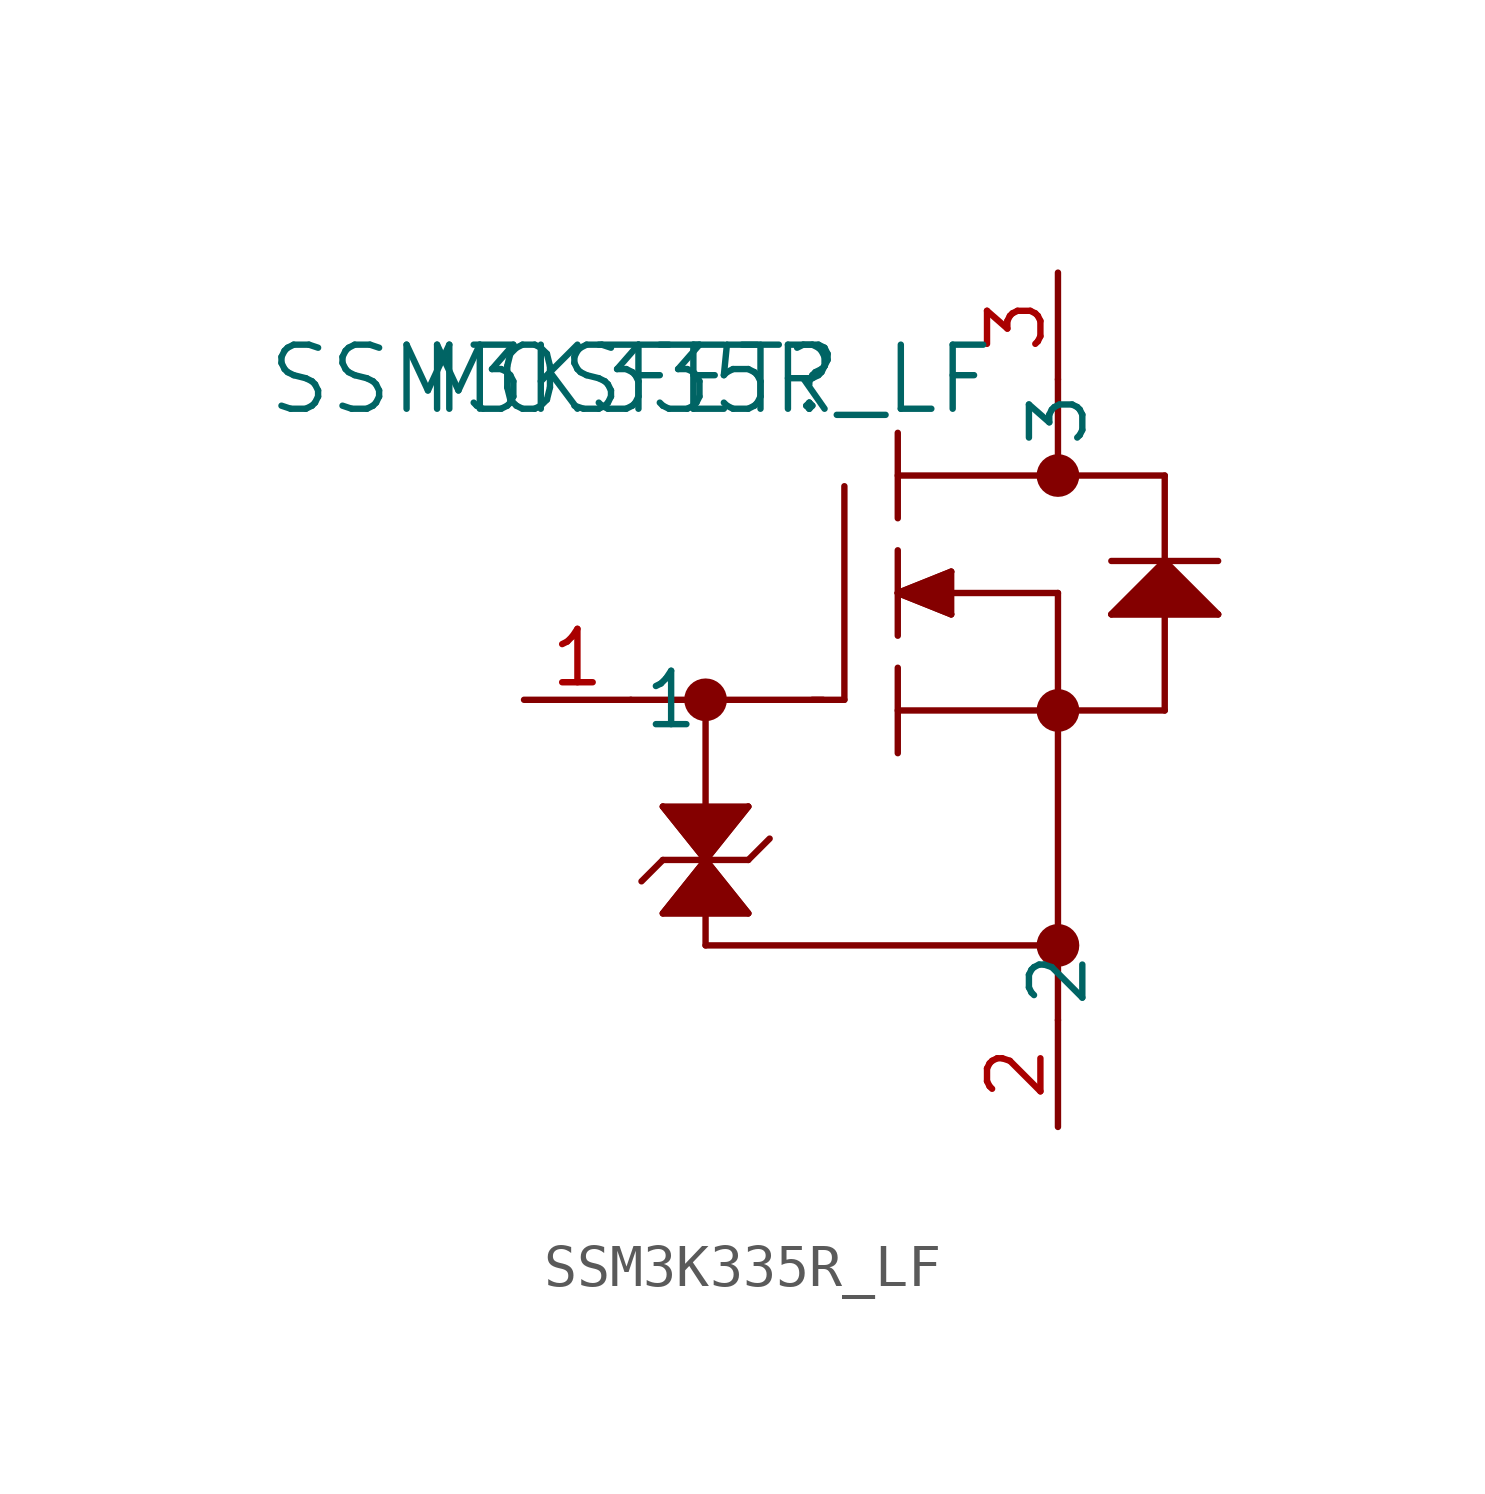
<source format=kicad_sym>
(kicad_symbol_lib
  (version 20211014)
  (generator kicad_symbol_editor)
  (symbol "SSM3K335R_LF"
    (pin_names
      (offset 0.254))
    (property "Reference" "MOSFET"
      (at 0 0 0)
      (effects (font (size 1.524 1.524))))
    (property "Value" "SSM3K335R_LF"
      (at 0 0 0)
      (effects (font (size 1.524 1.524))))
    (symbol "SSM3K335R_LF_0_1"
      (circle (center 1.778 -7.62) (radius 0.254) (stroke (width 0.508) (type default) (color 0 0 0 0)) (fill (type none)))
      (polyline (pts (xy 5.08 -7.62) (xy 5.08 -2.54)) (stroke (width 0.152) (type default) (color 0 0 0 0)) (fill (type none)))
      (polyline (pts (xy 6.35 -6.096) (xy 6.35 -4.064)) (stroke (width 0.152) (type default) (color 0 0 0 0)) (fill (type none)))
      (polyline (pts (xy 6.35 -3.302) (xy 6.35 -1.27)) (stroke (width 0.152) (type default) (color 0 0 0 0)) (fill (type none)))
      (polyline (pts (xy 6.35 -8.89) (xy 6.35 -6.858)) (stroke (width 0.152) (type default) (color 0 0 0 0)) (fill (type none)))
      (polyline (pts (xy 6.35 -7.874) (xy 12.7 -7.874)) (stroke (width 0.152) (type default) (color 0 0 0 0)) (fill (type none)))
      (polyline (pts (xy 7.62 -5.08) (xy 10.16 -5.08)) (stroke (width 0.152) (type default) (color 0 0 0 0)) (fill (type none)))
      (polyline (pts (xy 10.16 -5.08) (xy 10.16 -15.24)) (stroke (width 0.152) (type default) (color 0 0 0 0)) (fill (type none)))
      (polyline (pts (xy 12.7 -2.286) (xy 6.35 -2.286)) (stroke (width 0.152) (type default) (color 0 0 0 0)) (fill (type none)))
      (polyline (pts (xy 10.16 0) (xy 10.16 -2.286)) (stroke (width 0.152) (type default) (color 0 0 0 0)) (fill (type none)))
      (polyline (pts (xy 11.43 -4.318) (xy 13.97 -4.318)) (stroke (width 0.152) (type default) (color 0 0 0 0)) (fill (type none)))
      (polyline (pts (xy 12.7 -4.318) (xy 12.7 -2.286)) (stroke (width 0.152) (type default) (color 0 0 0 0)) (fill (type none)))
      (polyline (pts (xy 12.7 -7.874) (xy 12.7 -5.588)) (stroke (width 0.152) (type default) (color 0 0 0 0)) (fill (type none)))
      (polyline (pts (xy 5.08 -7.62) (xy 4.318 -7.62)) (stroke (width 0.152) (type default) (color 0 0 0 0)) (fill (type none)))
      (polyline (pts (xy 0.762 -11.43) (xy 2.794 -11.43)) (stroke (width 0.152) (type default) (color 0 0 0 0)) (fill (type none)))
      (polyline (pts (xy 0.762 -11.43) (xy 0.254 -11.938)) (stroke (width 0.152) (type default) (color 0 0 0 0)) (fill (type none)))
      (polyline (pts (xy 2.794 -11.43) (xy 3.302 -10.922)) (stroke (width 0.152) (type default) (color 0 0 0 0)) (fill (type none)))
      (polyline (pts (xy 0 -7.62) (xy 4.572 -7.62)) (stroke (width 0.152) (type default) (color 0 0 0 0)) (fill (type none)))
      (polyline (pts (xy 1.778 -7.62) (xy 1.778 -10.16)) (stroke (width 0.152) (type default) (color 0 0 0 0)) (fill (type none)))
      (polyline (pts (xy 1.778 -13.462) (xy 10.16 -13.462)) (stroke (width 0.152) (type default) (color 0 0 0 0)) (fill (type none)))
      (circle (center 10.16 -2.286) (radius 0.254) (stroke (width 0.508) (type default) (color 0 0 0 0)) (fill (type none)))
      (circle (center 10.16 -7.874) (radius 0.254) (stroke (width 0.508) (type default) (color 0 0 0 0)) (fill (type none)))
      (circle (center 10.16 -13.462) (radius 0.254) (stroke (width 0.508) (type default) (color 0 0 0 0)) (fill (type none)))
      (polyline (pts (xy 0.762 -10.16) (xy 1.778 -11.43)) (stroke (width 0.152) (type default) (color 0 0 0 0)) (fill (type none)))
      (polyline (pts (xy 1.778 -11.43) (xy 0.762 -12.7)) (stroke (width 0.152) (type default) (color 0 0 0 0)) (fill (type none)))
      (polyline (pts (xy 0.762 -12.7) (xy 2.794 -12.7)) (stroke (width 0.152) (type default) (color 0 0 0 0)) (fill (type none)))
      (polyline (pts (xy 2.794 -12.7) (xy 1.778 -11.43)) (stroke (width 0.152) (type default) (color 0 0 0 0)) (fill (type none)))
      (polyline (pts (xy 1.778 -11.43) (xy 2.794 -10.16)) (stroke (width 0.152) (type default) (color 0 0 0 0)) (fill (type none)))
      (polyline (pts (xy 2.794 -10.16) (xy 0.762 -10.16)) (stroke (width 0.152) (type default) (color 0 0 0 0)) (fill (type none)))
      (polyline (pts (xy 1.778 -12.7) (xy 1.778 -13.462)) (stroke (width 0.152) (type default) (color 0 0 0 0)) (fill (type none)))
      (polyline (pts (xy 6.35 -5.08) (xy 7.62 -4.572)) (stroke (width 0.152) (type default) (color 0 0 0 0)) (fill (type none)))
      (polyline (pts (xy 7.62 -4.572) (xy 7.62 -5.588)) (stroke (width 0.152) (type default) (color 0 0 0 0)) (fill (type none)))
      (polyline (pts (xy 7.62 -5.588) (xy 6.35 -5.08)) (stroke (width 0.152) (type default) (color 0 0 0 0)) (fill (type none)))
      (polyline (pts (xy 12.7 -4.318) (xy 11.43 -5.588)) (stroke (width 0.152) (type default) (color 0 0 0 0)) (fill (type none)))
      (polyline (pts (xy 11.43 -5.588) (xy 13.97 -5.588)) (stroke (width 0.152) (type default) (color 0 0 0 0)) (fill (type none)))
      (polyline (pts (xy 13.97 -5.588) (xy 12.7 -4.318)) (stroke (width 0.152) (type default) (color 0 0 0 0)) (fill (type none)))
      (polyline (pts (xy 12.7 -4.318) (xy 11.43 -5.588) (xy 13.97 -5.588)) (stroke (width 0) (type default) (color 0 0 0 0)) (fill (type outline)))
      (polyline (pts (xy 7.62 -4.572) (xy 6.35 -5.08) (xy 7.62 -5.588)) (stroke (width 0) (type default) (color 0 0 0 0)) (fill (type outline)))
      (polyline (pts (xy 0.762 -10.16) (xy 1.778 -11.43) (xy 0.762 -12.7) (xy 2.794 -12.7) (xy 1.778 -11.43) (xy 2.794 -10.16)) (stroke (width 0) (type default) (color 0 0 0 0)) (fill (type outline)))
      (pin unspecified line (at -2.54 -7.62 0) (length 2.54) (name "1" (effects (font (size 1.27 1.27)))) (number "1" (effects (font (size 1.27 1.27)))))
      (pin unspecified line (at 10.16 -17.78 90) (length 2.54) (name "2" (effects (font (size 1.27 1.27)))) (number "2" (effects (font (size 1.27 1.27)))))
      (pin unspecified line (at 10.16 2.54 270) (length 2.54) (name "3" (effects (font (size 1.27 1.27)))) (number "3" (effects (font (size 1.27 1.27))))))))
</source>
